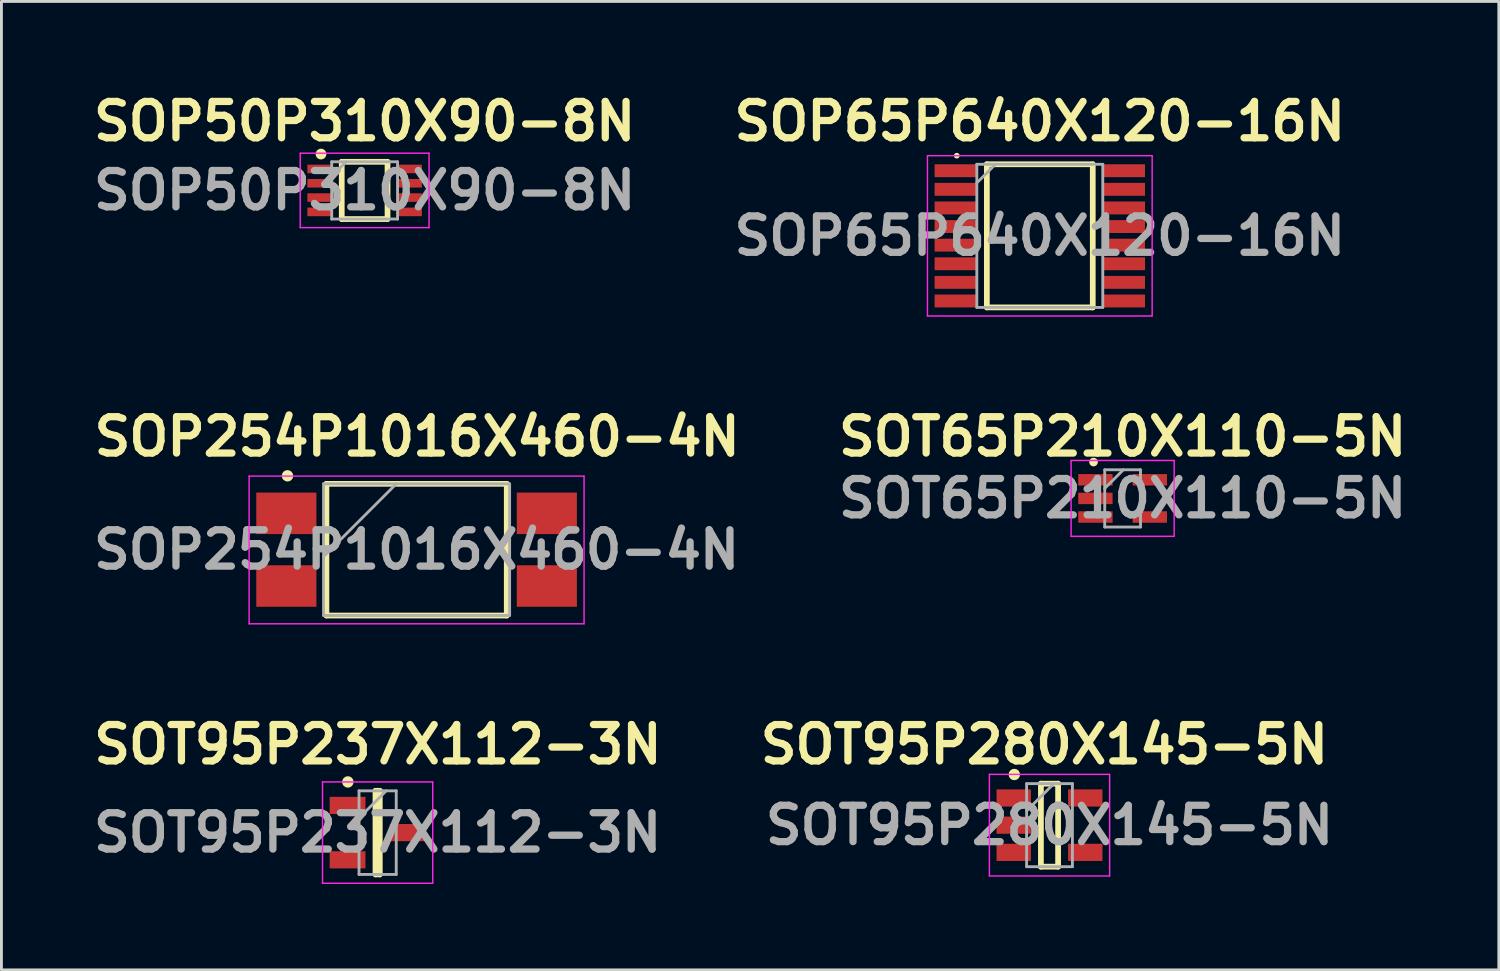
<source format=kicad_pcb>
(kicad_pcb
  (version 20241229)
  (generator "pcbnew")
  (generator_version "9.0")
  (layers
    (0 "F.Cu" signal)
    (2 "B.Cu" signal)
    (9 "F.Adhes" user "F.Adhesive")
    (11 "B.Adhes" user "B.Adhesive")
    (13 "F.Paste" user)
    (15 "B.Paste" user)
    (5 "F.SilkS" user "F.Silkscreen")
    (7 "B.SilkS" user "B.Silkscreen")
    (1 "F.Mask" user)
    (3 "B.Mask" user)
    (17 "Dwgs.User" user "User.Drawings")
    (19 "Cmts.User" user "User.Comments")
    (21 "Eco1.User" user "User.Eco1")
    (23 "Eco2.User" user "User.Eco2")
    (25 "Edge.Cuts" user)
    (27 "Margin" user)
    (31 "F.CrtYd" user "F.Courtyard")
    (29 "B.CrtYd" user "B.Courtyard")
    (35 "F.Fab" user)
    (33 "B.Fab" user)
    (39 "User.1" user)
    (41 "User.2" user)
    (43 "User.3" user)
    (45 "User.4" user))
  (footprint "SOT95P237X112-3N"
    (layer "F.Cu")
    (at 10.142 26.036)
    (property "Reference" "SOT95P237X112-3N" (at 0.01 -3.08 0) (layer "F.SilkS") (effects (font (size 1.27 1.27) (thickness 0.254))))
    (attr smd)
    (fp_line (start -0.075 -1.46) (end 0.075 -1.46) (stroke (width 0.2) (type solid)) (layer "F.SilkS"))
    (fp_line (start -0.075 1.46) (end -0.075 -1.46) (stroke (width 0.2) (type solid)) (layer "F.SilkS"))
    (fp_line (start 0.075 -1.46) (end 0.075 1.46) (stroke (width 0.2) (type solid)) (layer "F.SilkS"))
    (fp_line (start 0.075 1.46) (end -0.075 1.46) (stroke (width 0.2) (type solid)) (layer "F.SilkS"))
    (fp_circle (center -1.04 -1.77) (end -0.94 -1.77) (stroke (width 0.2) (type solid)) (fill no) (layer "F.SilkS"))
    (fp_line (start -1.925 -1.77) (end 1.925 -1.77) (stroke (width 0.05) (type solid)) (layer "F.CrtYd"))
    (fp_line (start -1.925 1.77) (end -1.925 -1.77) (stroke (width 0.05) (type solid)) (layer "F.CrtYd"))
    (fp_line (start 1.925 -1.77) (end 1.925 1.77) (stroke (width 0.05) (type solid)) (layer "F.CrtYd"))
    (fp_line (start 1.925 1.77) (end -1.925 1.77) (stroke (width 0.05) (type solid)) (layer "F.CrtYd"))
    (fp_line (start -0.65 -1.46) (end 0.65 -1.46) (stroke (width 0.1) (type solid)) (layer "F.Fab"))
    (fp_line (start -0.65 -0.51) (end 0.3 -1.46) (stroke (width 0.1) (type solid)) (layer "F.Fab"))
    (fp_line (start -0.65 1.46) (end -0.65 -1.46) (stroke (width 0.1) (type solid)) (layer "F.Fab"))
    (fp_line (start 0.65 -1.46) (end 0.65 1.46) (stroke (width 0.1) (type solid)) (layer "F.Fab"))
    (fp_line (start 0.65 1.46) (end -0.65 1.46) (stroke (width 0.1) (type solid)) (layer "F.Fab"))
    (fp_text user "${REFERENCE}" (at 0 0 0) (layer "F.Fab") (effects (font (size 1.27 1.27) (thickness 0.254))))
    (pad "1" smd rect (at -1.05 -0.95 90) (size 0.6 1.25) (layers "F.Cu" "F.Mask" "F.Paste"))
    (pad "2" smd rect (at -1.05 0.95 90) (size 0.6 1.25) (layers "F.Cu" "F.Mask" "F.Paste"))
    (pad "3" smd rect (at 1.05 0 90) (size 0.6 1.25) (layers "F.Cu" "F.Mask" "F.Paste")))
  (footprint "SOP65P640X120-16N"
    (layer "F.Cu")
    (at 33.274 5.189)
    (property "Reference" "SOP65P640X120-16N" (at 0 -4 0) (layer "F.SilkS") (effects (font (size 1.27 1.27) (thickness 0.254))))
    (attr smd)
    (fp_line (start -2.9 -2.8) (end -2.9 -2.8) (stroke (width 0.2) (type solid)) (layer "F.SilkS"))
    (fp_line (start -1.85 -2.5) (end 1.85 -2.5) (stroke (width 0.2) (type solid)) (layer "F.SilkS"))
    (fp_line (start -1.85 2.5) (end -1.85 -2.5) (stroke (width 0.2) (type solid)) (layer "F.SilkS"))
    (fp_line (start 1.85 -2.5) (end 1.85 2.5) (stroke (width 0.2) (type solid)) (layer "F.SilkS"))
    (fp_line (start 1.85 2.5) (end -1.85 2.5) (stroke (width 0.2) (type solid)) (layer "F.SilkS"))
    (fp_line (start -3.925 -2.8) (end 3.925 -2.8) (stroke (width 0.05) (type solid)) (layer "F.CrtYd"))
    (fp_line (start -3.925 2.8) (end -3.925 -2.8) (stroke (width 0.05) (type solid)) (layer "F.CrtYd"))
    (fp_line (start 3.925 -2.8) (end 3.925 2.8) (stroke (width 0.05) (type solid)) (layer "F.CrtYd"))
    (fp_line (start 3.925 2.8) (end -3.925 2.8) (stroke (width 0.05) (type solid)) (layer "F.CrtYd"))
    (fp_line (start -2.2 -2.5) (end 2.2 -2.5) (stroke (width 0.1) (type solid)) (layer "F.Fab"))
    (fp_line (start -2.2 -1.85) (end -1.55 -2.5) (stroke (width 0.1) (type solid)) (layer "F.Fab"))
    (fp_line (start -2.2 2.5) (end -2.2 -2.5) (stroke (width 0.1) (type solid)) (layer "F.Fab"))
    (fp_line (start 2.2 -2.5) (end 2.2 2.5) (stroke (width 0.1) (type solid)) (layer "F.Fab"))
    (fp_line (start 2.2 2.5) (end -2.2 2.5) (stroke (width 0.1) (type solid)) (layer "F.Fab"))
    (fp_text user "${REFERENCE}" (at 0 0 0) (layer "F.Fab") (effects (font (size 1.27 1.27) (thickness 0.254))))
    (pad "1" smd rect (at -2.938 -2.275 90) (size 0.45 1.475) (layers "F.Cu" "F.Mask" "F.Paste"))
    (pad "2" smd rect (at -2.938 -1.625 90) (size 0.45 1.475) (layers "F.Cu" "F.Mask" "F.Paste"))
    (pad "3" smd rect (at -2.938 -0.975 90) (size 0.45 1.475) (layers "F.Cu" "F.Mask" "F.Paste"))
    (pad "4" smd rect (at -2.938 -0.325 90) (size 0.45 1.475) (layers "F.Cu" "F.Mask" "F.Paste"))
    (pad "5" smd rect (at -2.938 0.325 90) (size 0.45 1.475) (layers "F.Cu" "F.Mask" "F.Paste"))
    (pad "6" smd rect (at -2.938 0.975 90) (size 0.45 1.475) (layers "F.Cu" "F.Mask" "F.Paste"))
    (pad "7" smd rect (at -2.938 1.625 90) (size 0.45 1.475) (layers "F.Cu" "F.Mask" "F.Paste"))
    (pad "8" smd rect (at -2.938 2.275 90) (size 0.45 1.475) (layers "F.Cu" "F.Mask" "F.Paste"))
    (pad "9" smd rect (at 2.938 2.275 90) (size 0.45 1.475) (layers "F.Cu" "F.Mask" "F.Paste"))
    (pad "10" smd rect (at 2.938 1.625 90) (size 0.45 1.475) (layers "F.Cu" "F.Mask" "F.Paste"))
    (pad "11" smd rect (at 2.938 0.975 90) (size 0.45 1.475) (layers "F.Cu" "F.Mask" "F.Paste"))
    (pad "12" smd rect (at 2.938 0.325 90) (size 0.45 1.475) (layers "F.Cu" "F.Mask" "F.Paste"))
    (pad "13" smd rect (at 2.938 -0.325 90) (size 0.45 1.475) (layers "F.Cu" "F.Mask" "F.Paste"))
    (pad "14" smd rect (at 2.938 -0.975 90) (size 0.45 1.475) (layers "F.Cu" "F.Mask" "F.Paste"))
    (pad "15" smd rect (at 2.938 -1.625 90) (size 0.45 1.475) (layers "F.Cu" "F.Mask" "F.Paste"))
    (pad "16" smd rect (at 2.938 -2.275 90) (size 0.45 1.475) (layers "F.Cu" "F.Mask" "F.Paste")))
  (footprint "SOT95P280X145-5N"
    (layer "F.Cu")
    (at 33.613 25.776)
    (property "Reference" "SOT95P280X145-5N" (at -0.178 -2.819 0) (layer "F.SilkS") (effects (font (size 1.27 1.27) (thickness 0.254))))
    (attr smd)
    (fp_line (start -0.3 -1.45) (end 0.3 -1.45) (stroke (width 0.2) (type solid)) (layer "F.SilkS"))
    (fp_line (start -0.3 1.45) (end -0.3 -1.45) (stroke (width 0.2) (type solid)) (layer "F.SilkS"))
    (fp_line (start 0.3 -1.45) (end 0.3 1.45) (stroke (width 0.2) (type solid)) (layer "F.SilkS"))
    (fp_line (start 0.3 1.45) (end -0.3 1.45) (stroke (width 0.2) (type solid)) (layer "F.SilkS"))
    (fp_circle (center -1.23 -1.77) (end -1.13 -1.77) (stroke (width 0.2) (type solid)) (fill no) (layer "F.SilkS"))
    (fp_line (start -2.1 -1.775) (end 2.1 -1.775) (stroke (width 0.05) (type solid)) (layer "F.CrtYd"))
    (fp_line (start -2.1 1.775) (end -2.1 -1.775) (stroke (width 0.05) (type solid)) (layer "F.CrtYd"))
    (fp_line (start 2.1 -1.775) (end 2.1 1.775) (stroke (width 0.05) (type solid)) (layer "F.CrtYd"))
    (fp_line (start 2.1 1.775) (end -2.1 1.775) (stroke (width 0.05) (type solid)) (layer "F.CrtYd"))
    (fp_line (start -0.8 -1.45) (end 0.8 -1.45) (stroke (width 0.1) (type solid)) (layer "F.Fab"))
    (fp_line (start -0.8 -0.5) (end 0.15 -1.45) (stroke (width 0.1) (type solid)) (layer "F.Fab"))
    (fp_line (start -0.8 1.45) (end -0.8 -1.45) (stroke (width 0.1) (type solid)) (layer "F.Fab"))
    (fp_line (start 0.8 -1.45) (end 0.8 1.45) (stroke (width 0.1) (type solid)) (layer "F.Fab"))
    (fp_line (start 0.8 1.45) (end -0.8 1.45) (stroke (width 0.1) (type solid)) (layer "F.Fab"))
    (fp_text user "${REFERENCE}" (at 0 0 0) (layer "F.Fab") (effects (font (size 1.27 1.27) (thickness 0.254))))
    (pad "1" smd rect (at -1.25 -0.95 90) (size 0.6 1.2) (layers "F.Cu" "F.Mask" "F.Paste"))
    (pad "2" smd rect (at -1.25 0 90) (size 0.6 1.2) (layers "F.Cu" "F.Mask" "F.Paste"))
    (pad "3" smd rect (at -1.25 0.95 90) (size 0.6 1.2) (layers "F.Cu" "F.Mask" "F.Paste"))
    (pad "4" smd rect (at 1.25 0.95 90) (size 0.6 1.2) (layers "F.Cu" "F.Mask" "F.Paste"))
    (pad "5" smd rect (at 1.25 -0.95 90) (size 0.6 1.2) (layers "F.Cu" "F.Mask" "F.Paste")))
  (footprint "SOP254P1016X460-4N"
    (layer "F.Cu")
    (at 11.503 16.152)
    (property "Reference" "SOP254P1016X460-4N" (at 0.02 -3.95 0) (layer "F.SilkS") (effects (font (size 1.27 1.27) (thickness 0.254))))
    (attr smd)
    (fp_line (start -3.15 -2.3) (end 3.15 -2.3) (stroke (width 0.2) (type solid)) (layer "F.SilkS"))
    (fp_line (start -3.15 2.3) (end -3.15 -2.3) (stroke (width 0.2) (type solid)) (layer "F.SilkS"))
    (fp_line (start 3.15 -2.3) (end 3.15 2.3) (stroke (width 0.2) (type solid)) (layer "F.SilkS"))
    (fp_line (start 3.15 2.3) (end -3.15 2.3) (stroke (width 0.2) (type solid)) (layer "F.SilkS"))
    (fp_circle (center -4.51 -2.58) (end -4.41 -2.58) (stroke (width 0.2) (type solid)) (fill no) (layer "F.SilkS"))
    (fp_line (start -5.85 -2.57) (end 5.85 -2.57) (stroke (width 0.05) (type solid)) (layer "F.CrtYd"))
    (fp_line (start -5.85 2.59) (end -5.85 -2.57) (stroke (width 0.05) (type solid)) (layer "F.CrtYd"))
    (fp_line (start 5.85 -2.57) (end 5.85 2.59) (stroke (width 0.05) (type solid)) (layer "F.CrtYd"))
    (fp_line (start 5.85 2.59) (end -5.85 2.59) (stroke (width 0.05) (type solid)) (layer "F.CrtYd"))
    (fp_line (start -3.25 -2.3) (end 3.25 -2.3) (stroke (width 0.1) (type solid)) (layer "F.Fab"))
    (fp_line (start -3.25 0.24) (end -0.71 -2.3) (stroke (width 0.1) (type solid)) (layer "F.Fab"))
    (fp_line (start -3.25 2.3) (end -3.25 -2.3) (stroke (width 0.1) (type solid)) (layer "F.Fab"))
    (fp_line (start 3.25 -2.3) (end 3.25 2.3) (stroke (width 0.1) (type solid)) (layer "F.Fab"))
    (fp_line (start 3.25 2.3) (end -3.25 2.3) (stroke (width 0.1) (type solid)) (layer "F.Fab"))
    (fp_text user "${REFERENCE}" (at 0 0 0) (layer "F.Fab") (effects (font (size 1.27 1.27) (thickness 0.254))))
    (pad "1" smd rect (at -4.55 -1.27 90) (size 1.45 2.1) (layers "F.Cu" "F.Mask" "F.Paste"))
    (pad "2" smd rect (at -4.55 1.27 90) (size 1.45 2.1) (layers "F.Cu" "F.Mask" "F.Paste"))
    (pad "3" smd rect (at 4.55 1.27 90) (size 1.45 2.1) (layers "F.Cu" "F.Mask" "F.Paste"))
    (pad "4" smd rect (at 4.55 -1.27 90) (size 1.45 2.1) (layers "F.Cu" "F.Mask" "F.Paste")))
  (footprint "SOP50P310X90-8N"
    (layer "F.Cu")
    (at 9.688 3.602)
    (property "Reference" "SOP50P310X90-8N" (at 0 -2.413 0) (layer "F.SilkS") (effects (font (size 1.27 1.27) (thickness 0.254))))
    (attr smd)
    (fp_line (start -0.8 -1) (end 0.8 -1) (stroke (width 0.2) (type solid)) (layer "F.SilkS"))
    (fp_line (start -0.8 1) (end -0.8 -1) (stroke (width 0.2) (type solid)) (layer "F.SilkS"))
    (fp_line (start 0.8 -1) (end 0.8 1) (stroke (width 0.2) (type solid)) (layer "F.SilkS"))
    (fp_line (start 0.8 1) (end -0.8 1) (stroke (width 0.2) (type solid)) (layer "F.SilkS"))
    (fp_circle (center -1.524 -1.27) (end -1.397 -1.27) (stroke (width 0.12) (type solid)) (fill yes) (layer "F.SilkS"))
    (fp_line (start -2.25 -1.3) (end 2.25 -1.3) (stroke (width 0.05) (type solid)) (layer "F.CrtYd"))
    (fp_line (start -2.25 1.3) (end -2.25 -1.3) (stroke (width 0.05) (type solid)) (layer "F.CrtYd"))
    (fp_line (start 2.25 -1.3) (end 2.25 1.3) (stroke (width 0.05) (type solid)) (layer "F.CrtYd"))
    (fp_line (start 2.25 1.3) (end -2.25 1.3) (stroke (width 0.05) (type solid)) (layer "F.CrtYd"))
    (fp_line (start -1.15 -1) (end 1.15 -1) (stroke (width 0.1) (type solid)) (layer "F.Fab"))
    (fp_line (start -1.15 -0.5) (end -0.65 -1) (stroke (width 0.1) (type solid)) (layer "F.Fab"))
    (fp_line (start -1.15 1) (end -1.15 -1) (stroke (width 0.1) (type solid)) (layer "F.Fab"))
    (fp_line (start 1.15 -1) (end 1.15 1) (stroke (width 0.1) (type solid)) (layer "F.Fab"))
    (fp_line (start 1.15 1) (end -1.15 1) (stroke (width 0.1) (type solid)) (layer "F.Fab"))
    (fp_text user "${REFERENCE}" (at 0 0 0) (layer "F.Fab") (effects (font (size 1.27 1.27) (thickness 0.254))))
    (pad "1" smd rect (at -1.575 -0.75 90) (size 0.3 0.85) (layers "F.Cu" "F.Mask" "F.Paste"))
    (pad "2" smd rect (at -1.575 -0.25 90) (size 0.3 0.85) (layers "F.Cu" "F.Mask" "F.Paste"))
    (pad "3" smd rect (at -1.575 0.25 90) (size 0.3 0.85) (layers "F.Cu" "F.Mask" "F.Paste"))
    (pad "4" smd rect (at -1.575 0.75 90) (size 0.3 0.85) (layers "F.Cu" "F.Mask" "F.Paste"))
    (pad "5" smd rect (at 1.575 0.75 90) (size 0.3 0.85) (layers "F.Cu" "F.Mask" "F.Paste"))
    (pad "6" smd rect (at 1.575 0.25 90) (size 0.3 0.85) (layers "F.Cu" "F.Mask" "F.Paste"))
    (pad "7" smd rect (at 1.575 -0.25 90) (size 0.3 0.85) (layers "F.Cu" "F.Mask" "F.Paste"))
    (pad "8" smd rect (at 1.575 -0.75 90) (size 0.3 0.85) (layers "F.Cu" "F.Mask" "F.Paste")))
  (footprint "SOT65P210X110-5N"
    (layer "F.Cu")
    (at 36.167 14.361)
    (property "Reference" "SOT65P210X110-5N" (at 0 -2.159 0) (layer "F.SilkS") (effects (font (size 1.27 1.27) (thickness 0.254))))
    (attr smd)
    (fp_line (start -1.016 -1.27) (end -1.016 -1.27) (stroke (width 0.3) (type solid)) (layer "F.SilkS"))
    (fp_line (start -1.8 -1.325) (end 1.8 -1.325) (stroke (width 0.05) (type solid)) (layer "F.CrtYd"))
    (fp_line (start -1.8 1.325) (end -1.8 -1.325) (stroke (width 0.05) (type solid)) (layer "F.CrtYd"))
    (fp_line (start 1.8 -1.325) (end 1.8 1.325) (stroke (width 0.05) (type solid)) (layer "F.CrtYd"))
    (fp_line (start 1.8 1.325) (end -1.8 1.325) (stroke (width 0.05) (type solid)) (layer "F.CrtYd"))
    (fp_line (start -0.625 -1) (end 0.625 -1) (stroke (width 0.1) (type solid)) (layer "F.Fab"))
    (fp_line (start -0.625 -0.35) (end 0.025 -1) (stroke (width 0.1) (type solid)) (layer "F.Fab"))
    (fp_line (start -0.625 1) (end -0.625 -1) (stroke (width 0.1) (type solid)) (layer "F.Fab"))
    (fp_line (start 0.625 -1) (end 0.625 1) (stroke (width 0.1) (type solid)) (layer "F.Fab"))
    (fp_line (start 0.625 1) (end -0.625 1) (stroke (width 0.1) (type solid)) (layer "F.Fab"))
    (fp_text user "${REFERENCE}" (at 0 0 0) (layer "F.Fab") (effects (font (size 1.27 1.27) (thickness 0.254))))
    (pad "1" smd rect (at -0.95 -0.65 90) (size 0.4 1.2) (layers "F.Cu" "F.Mask" "F.Paste"))
    (pad "2" smd rect (at -0.95 0 90) (size 0.4 1.2) (layers "F.Cu" "F.Mask" "F.Paste"))
    (pad "3" smd rect (at -0.95 0.65 90) (size 0.4 1.2) (layers "F.Cu" "F.Mask" "F.Paste"))
    (pad "4" smd rect (at 0.95 0.65 90) (size 0.4 1.2) (layers "F.Cu" "F.Mask" "F.Paste"))
    (pad "5" smd rect (at 0.95 -0.65 90) (size 0.4 1.2) (layers "F.Cu" "F.Mask" "F.Paste")))
  (gr_rect
    (start -3 -3)
    (end 49.309 30.831)
    (stroke (width 0.1) (type default))
    (fill no)
    (layer "Edge.Cuts")))
</source>
